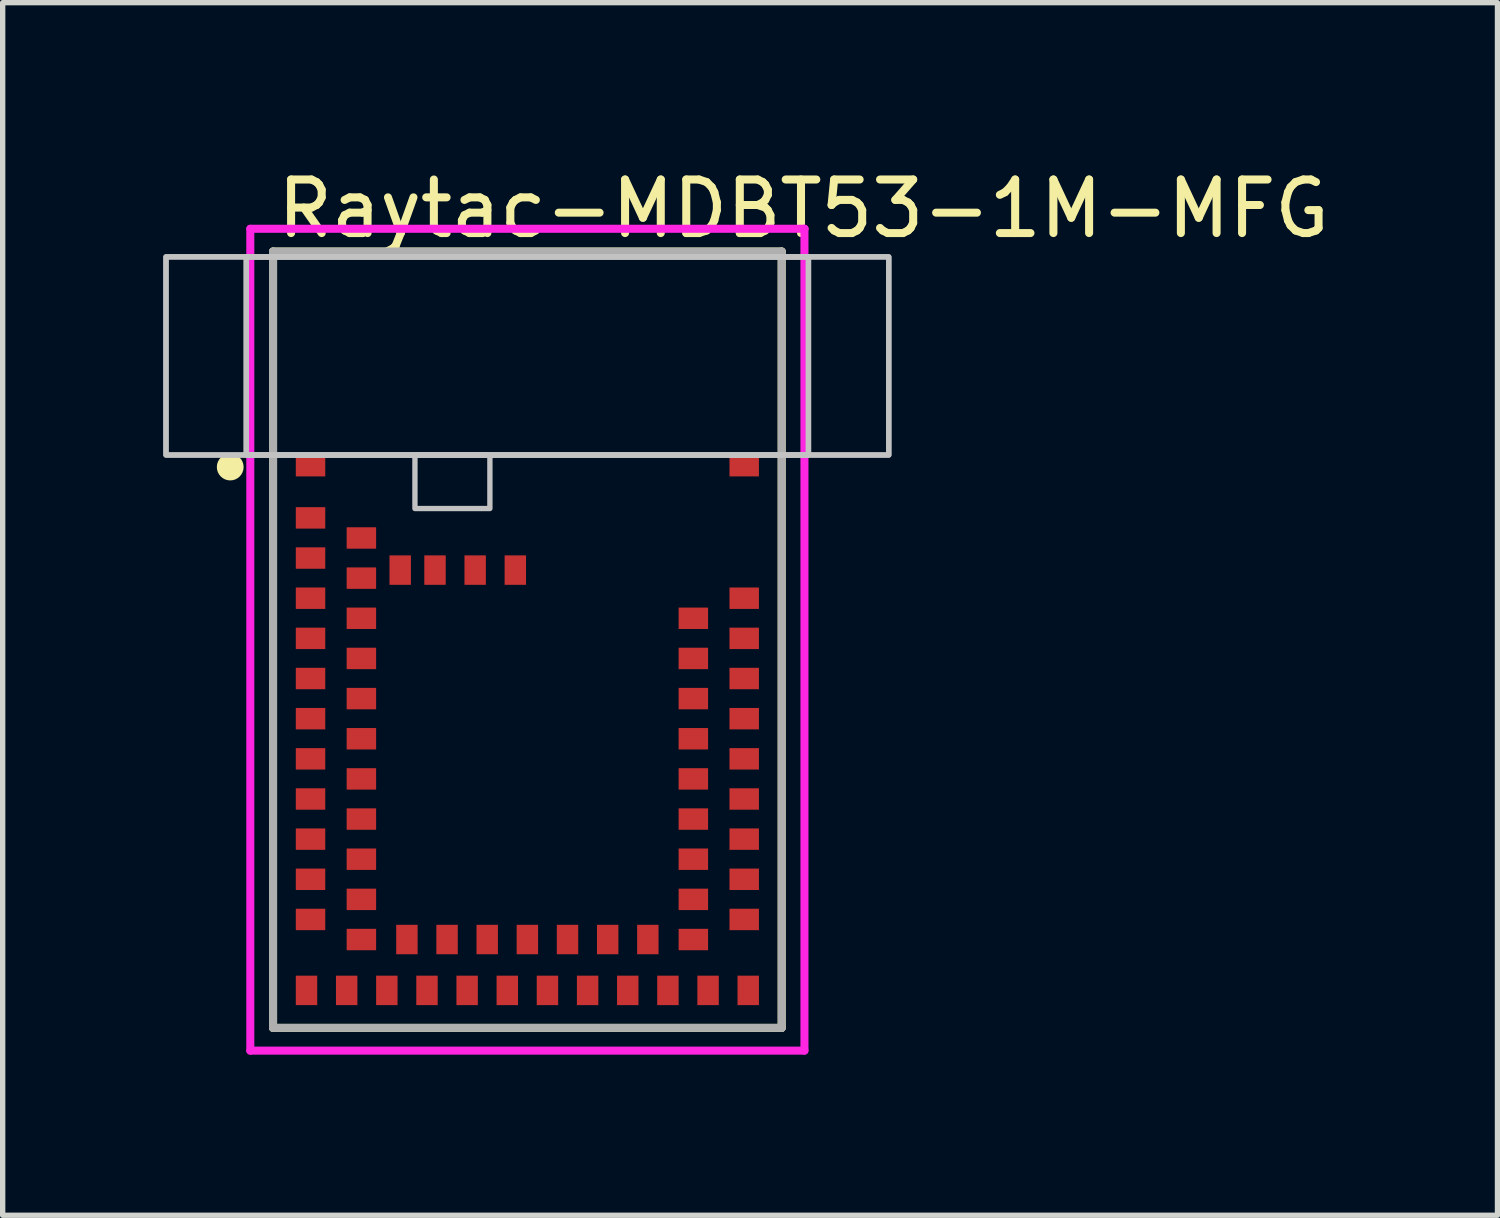
<source format=kicad_pcb>
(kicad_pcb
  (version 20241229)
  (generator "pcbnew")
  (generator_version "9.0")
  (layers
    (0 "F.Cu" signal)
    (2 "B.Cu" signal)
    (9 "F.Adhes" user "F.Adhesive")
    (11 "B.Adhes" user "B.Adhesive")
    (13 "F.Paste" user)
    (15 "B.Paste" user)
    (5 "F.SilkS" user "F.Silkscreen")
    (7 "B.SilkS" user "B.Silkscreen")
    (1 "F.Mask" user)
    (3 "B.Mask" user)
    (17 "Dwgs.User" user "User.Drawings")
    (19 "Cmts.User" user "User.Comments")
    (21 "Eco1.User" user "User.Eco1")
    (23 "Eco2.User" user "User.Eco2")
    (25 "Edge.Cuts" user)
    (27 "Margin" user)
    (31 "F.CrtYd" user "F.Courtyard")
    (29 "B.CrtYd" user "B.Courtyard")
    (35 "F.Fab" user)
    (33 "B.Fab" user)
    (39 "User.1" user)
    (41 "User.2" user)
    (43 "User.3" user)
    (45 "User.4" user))
  (footprint "Raytac-MDBT53-1M-MFG"
    (layer "F.Cu")
    (at 6.8 8.898)
    (property "Reference" "Raytac-MDBT53-1M-MFG" (at -4.75 -8.05 0) (layer "F.SilkS") (effects (font (size 1 1) (thickness 0.15)) (justify left)))
    (attr through_hole)
    (fp_line (start -4.75 -7.25) (end 4.75 -7.25) (stroke (width 0.15) (type solid)) (layer "F.SilkS"))
    (fp_line (start -4.75 7.25) (end -4.75 -7.25) (stroke (width 0.15) (type solid)) (layer "F.SilkS"))
    (fp_line (start -4.75 7.25) (end 4.75 7.25) (stroke (width 0.15) (type solid)) (layer "F.SilkS"))
    (fp_line (start 4.75 7.25) (end 4.75 -7.25) (stroke (width 0.15) (type solid)) (layer "F.SilkS"))
    (fp_circle (center -5.55 -3.225) (end -5.425 -3.225) (stroke (width 0.25) (type solid)) (fill no) (layer "F.SilkS"))
    (fp_poly (pts (xy -6.75 -7.15) (xy 6.75 -7.15) (xy 6.75 -3.45) (xy -6.75 -3.45)) (stroke (width 0.1) (type solid)) (fill no) (layer "Dwgs.User"))
    (fp_poly (pts (xy -6.75 -7.15) (xy 6.75 -7.15) (xy 6.75 -3.45) (xy -6.75 -3.45)) (stroke (width 0.1) (type solid)) (fill no) (layer "Dwgs.User"))
    (fp_poly (pts (xy -5.25 -7.15) (xy 5.25 -7.15) (xy 5.25 -3.45) (xy -5.25 -3.45)) (stroke (width 0.1) (type solid)) (fill no) (layer "Dwgs.User"))
    (fp_poly (pts (xy -5.25 -7.15) (xy 5.25 -7.15) (xy 5.25 -3.45) (xy -5.25 -3.45)) (stroke (width 0.1) (type solid)) (fill no) (layer "Dwgs.User"))
    (fp_poly (pts (xy -2.1 -3.45) (xy -0.7 -3.45) (xy -0.7 -2.45) (xy -2.1 -2.45)) (stroke (width 0.1) (type solid)) (fill no) (layer "Dwgs.User"))
    (fp_line (start -5.175 -7.675) (end -5.175 7.675) (stroke (width 0.15) (type solid)) (layer "F.CrtYd"))
    (fp_line (start -5.175 7.675) (end 5.175 7.675) (stroke (width 0.15) (type solid)) (layer "F.CrtYd"))
    (fp_line (start 5.175 -7.675) (end -5.175 -7.675) (stroke (width 0.15) (type solid)) (layer "F.CrtYd"))
    (fp_line (start 5.175 -7.675) (end 5.175 -7.675) (stroke (width 0.15) (type solid)) (layer "F.CrtYd"))
    (fp_line (start 5.175 7.675) (end 5.175 -7.675) (stroke (width 0.15) (type solid)) (layer "F.CrtYd"))
    (fp_line (start -4.75 -7.25) (end 4.75 -7.25) (stroke (width 0.15) (type solid)) (layer "F.Fab"))
    (fp_line (start -4.75 7.25) (end -4.75 -7.25) (stroke (width 0.15) (type solid)) (layer "F.Fab"))
    (fp_line (start 4.75 -7.25) (end 4.75 7.25) (stroke (width 0.15) (type solid)) (layer "F.Fab"))
    (fp_line (start 4.75 7.25) (end -4.75 7.25) (stroke (width 0.15) (type solid)) (layer "F.Fab"))
    (pad "1" smd rect (at -4.05 -3.25) (size 0.55 0.4) (layers "F.Cu" "F.Mask" "F.Paste"))
    (pad "2" smd rect (at -4.05 -2.275) (size 0.55 0.4) (layers "F.Cu" "F.Mask" "F.Paste"))
    (pad "3" smd rect (at -3.1 -1.9) (size 0.55 0.4) (layers "F.Cu" "F.Mask" "F.Paste"))
    (pad "4" smd rect (at -4.05 -1.525) (size 0.55 0.4) (layers "F.Cu" "F.Mask" "F.Paste"))
    (pad "5" smd rect (at -3.1 -1.15) (size 0.55 0.4) (layers "F.Cu" "F.Mask" "F.Paste"))
    (pad "6" smd rect (at -4.05 -0.775) (size 0.55 0.4) (layers "F.Cu" "F.Mask" "F.Paste"))
    (pad "7" smd rect (at -3.1 -0.4) (size 0.55 0.4) (layers "F.Cu" "F.Mask" "F.Paste"))
    (pad "8" smd rect (at -4.05 -0.025) (size 0.55 0.4) (layers "F.Cu" "F.Mask" "F.Paste"))
    (pad "9" smd rect (at -3.1 0.35) (size 0.55 0.4) (layers "F.Cu" "F.Mask" "F.Paste"))
    (pad "10" smd rect (at -4.05 0.725) (size 0.55 0.4) (layers "F.Cu" "F.Mask" "F.Paste"))
    (pad "11" smd rect (at -3.1 1.1) (size 0.55 0.4) (layers "F.Cu" "F.Mask" "F.Paste"))
    (pad "12" smd rect (at -4.05 1.475) (size 0.55 0.4) (layers "F.Cu" "F.Mask" "F.Paste"))
    (pad "13" smd rect (at -3.1 1.85) (size 0.55 0.4) (layers "F.Cu" "F.Mask" "F.Paste"))
    (pad "14" smd rect (at -4.05 2.225) (size 0.55 0.4) (layers "F.Cu" "F.Mask" "F.Paste"))
    (pad "15" smd rect (at -3.1 2.6) (size 0.55 0.4) (layers "F.Cu" "F.Mask" "F.Paste"))
    (pad "16" smd rect (at -4.05 2.975) (size 0.55 0.4) (layers "F.Cu" "F.Mask" "F.Paste"))
    (pad "17" smd rect (at -3.1 3.35) (size 0.55 0.4) (layers "F.Cu" "F.Mask" "F.Paste"))
    (pad "18" smd rect (at -4.05 3.725) (size 0.55 0.4) (layers "F.Cu" "F.Mask" "F.Paste"))
    (pad "19" smd rect (at -3.1 4.1) (size 0.55 0.4) (layers "F.Cu" "F.Mask" "F.Paste"))
    (pad "20" smd rect (at -4.05 4.475) (size 0.55 0.4) (layers "F.Cu" "F.Mask" "F.Paste"))
    (pad "21" smd rect (at -3.1 4.85) (size 0.55 0.4) (layers "F.Cu" "F.Mask" "F.Paste"))
    (pad "22" smd rect (at -4.05 5.225) (size 0.55 0.4) (layers "F.Cu" "F.Mask" "F.Paste"))
    (pad "23" smd rect (at -3.1 5.6) (size 0.55 0.4) (layers "F.Cu" "F.Mask" "F.Paste"))
    (pad "24" smd rect (at -4.125 6.55) (size 0.4 0.55) (layers "F.Cu" "F.Mask" "F.Paste"))
    (pad "25" smd rect (at -3.375 6.55) (size 0.4 0.55) (layers "F.Cu" "F.Mask" "F.Paste"))
    (pad "26" smd rect (at -2.625 6.55) (size 0.4 0.55) (layers "F.Cu" "F.Mask" "F.Paste"))
    (pad "27" smd rect (at -2.25 5.6) (size 0.4 0.55) (layers "F.Cu" "F.Mask" "F.Paste"))
    (pad "28" smd rect (at -1.875 6.55) (size 0.4 0.55) (layers "F.Cu" "F.Mask" "F.Paste"))
    (pad "29" smd rect (at -1.5 5.6) (size 0.4 0.55) (layers "F.Cu" "F.Mask" "F.Paste"))
    (pad "30" smd rect (at -1.125 6.55) (size 0.4 0.55) (layers "F.Cu" "F.Mask" "F.Paste"))
    (pad "31" smd rect (at -0.75 5.6) (size 0.4 0.55) (layers "F.Cu" "F.Mask" "F.Paste"))
    (pad "32" smd rect (at -0.375 6.55) (size 0.4 0.55) (layers "F.Cu" "F.Mask" "F.Paste"))
    (pad "33" smd rect (at 0 5.6) (size 0.4 0.55) (layers "F.Cu" "F.Mask" "F.Paste"))
    (pad "34" smd rect (at 0.375 6.55) (size 0.4 0.55) (layers "F.Cu" "F.Mask" "F.Paste"))
    (pad "35" smd rect (at 0.75 5.6) (size 0.4 0.55) (layers "F.Cu" "F.Mask" "F.Paste"))
    (pad "36" smd rect (at 1.125 6.55) (size 0.4 0.55) (layers "F.Cu" "F.Mask" "F.Paste"))
    (pad "37" smd rect (at 1.5 5.6) (size 0.4 0.55) (layers "F.Cu" "F.Mask" "F.Paste"))
    (pad "38" smd rect (at 1.875 6.55) (size 0.4 0.55) (layers "F.Cu" "F.Mask" "F.Paste"))
    (pad "39" smd rect (at 2.25 5.6) (size 0.4 0.55) (layers "F.Cu" "F.Mask" "F.Paste"))
    (pad "40" smd rect (at 2.625 6.55) (size 0.4 0.55) (layers "F.Cu" "F.Mask" "F.Paste"))
    (pad "41" smd rect (at 3.375 6.55) (size 0.4 0.55) (layers "F.Cu" "F.Mask" "F.Paste"))
    (pad "42" smd rect (at 4.125 6.55) (size 0.4 0.55) (layers "F.Cu" "F.Mask" "F.Paste"))
    (pad "43" smd rect (at 3.1 5.6) (size 0.55 0.4) (layers "F.Cu" "F.Mask" "F.Paste"))
    (pad "44" smd rect (at 4.05 5.225) (size 0.55 0.4) (layers "F.Cu" "F.Mask" "F.Paste"))
    (pad "45" smd rect (at 3.1 4.85) (size 0.55 0.4) (layers "F.Cu" "F.Mask" "F.Paste"))
    (pad "46" smd rect (at 4.05 4.475) (size 0.55 0.4) (layers "F.Cu" "F.Mask" "F.Paste"))
    (pad "47" smd rect (at 3.1 4.1) (size 0.55 0.4) (layers "F.Cu" "F.Mask" "F.Paste"))
    (pad "48" smd rect (at 4.05 3.725) (size 0.55 0.4) (layers "F.Cu" "F.Mask" "F.Paste"))
    (pad "49" smd rect (at 3.1 3.35) (size 0.55 0.4) (layers "F.Cu" "F.Mask" "F.Paste"))
    (pad "50" smd rect (at 4.05 2.975) (size 0.55 0.4) (layers "F.Cu" "F.Mask" "F.Paste"))
    (pad "51" smd rect (at 3.1 2.6) (size 0.55 0.4) (layers "F.Cu" "F.Mask" "F.Paste"))
    (pad "52" smd rect (at 4.05 2.225) (size 0.55 0.4) (layers "F.Cu" "F.Mask" "F.Paste"))
    (pad "53" smd rect (at 3.1 1.85) (size 0.55 0.4) (layers "F.Cu" "F.Mask" "F.Paste"))
    (pad "54" smd rect (at 4.05 1.475) (size 0.55 0.4) (layers "F.Cu" "F.Mask" "F.Paste"))
    (pad "55" smd rect (at 3.1 1.1) (size 0.55 0.4) (layers "F.Cu" "F.Mask" "F.Paste"))
    (pad "56" smd rect (at 4.05 0.725) (size 0.55 0.4) (layers "F.Cu" "F.Mask" "F.Paste"))
    (pad "57" smd rect (at 3.1 0.35) (size 0.55 0.4) (layers "F.Cu" "F.Mask" "F.Paste"))
    (pad "58" smd rect (at 4.05 -0.025) (size 0.55 0.4) (layers "F.Cu" "F.Mask" "F.Paste"))
    (pad "59" smd rect (at 3.1 -0.4) (size 0.55 0.4) (layers "F.Cu" "F.Mask" "F.Paste"))
    (pad "60" smd rect (at 4.05 -0.775) (size 0.55 0.4) (layers "F.Cu" "F.Mask" "F.Paste"))
    (pad "61" smd rect (at 4.05 -3.25) (size 0.55 0.4) (layers "F.Cu" "F.Mask" "F.Paste"))
    (pad "62" smd rect (at -2.375 -1.3) (size 0.4 0.55) (layers "F.Cu" "F.Mask" "F.Paste"))
    (pad "63" smd rect (at -1.725 -1.3) (size 0.4 0.55) (layers "F.Cu" "F.Mask" "F.Paste"))
    (pad "64" smd rect (at -0.975 -1.3) (size 0.4 0.55) (layers "F.Cu" "F.Mask" "F.Paste"))
    (pad "65" smd rect (at -0.225 -1.3) (size 0.4 0.55) (layers "F.Cu" "F.Mask" "F.Paste")))
  (gr_rect
    (start -3 -3)
    (end 24.919 19.648)
    (stroke (width 0.1) (type default))
    (fill no)
    (layer "Edge.Cuts")))
</source>
